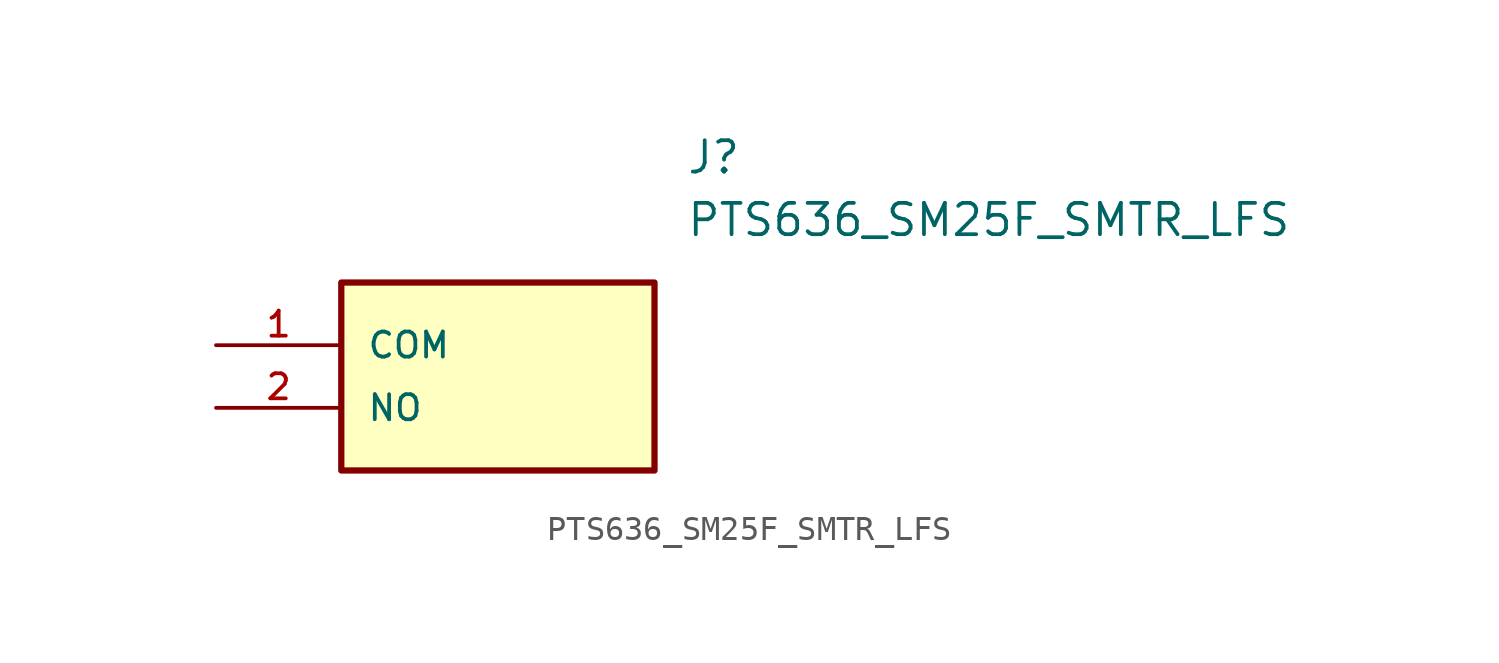
<source format=kicad_sym>
(kicad_symbol_lib
  (version 20211014)
  (generator kicad_symbol_editor)
  (symbol "PTS636_SM25F_SMTR_LFS"
    (pin_names
      (offset 1.016))
    (property "Reference" "J"
      (at 19.05 7.62 0)
      (effects (font (size 1.27 1.27)) (justify left)))
    (property "Value" "PTS636_SM25F_SMTR_LFS"
      (at 19.05 5.08 0)
      (effects (font (size 1.27 1.27)) (justify left)))
    (symbol "PTS636_SM25F_SMTR_LFS_0_0"
      (rectangle (start 5.08 -5.08) (end 17.78 2.54) (stroke (width 0.254)) (fill (type background)))
      (pin bidirectional line (at 0.0 0.0 0) (length 5.08) (name "COM" (effects (font (size 1.016 1.016)))) (number "1" (effects (font (size 1.016 1.016)))))
      (pin bidirectional line (at 0.0 -2.54 0) (length 5.08) (name "NO" (effects (font (size 1.016 1.016)))) (number "2" (effects (font (size 1.016 1.016))))))))
</source>
